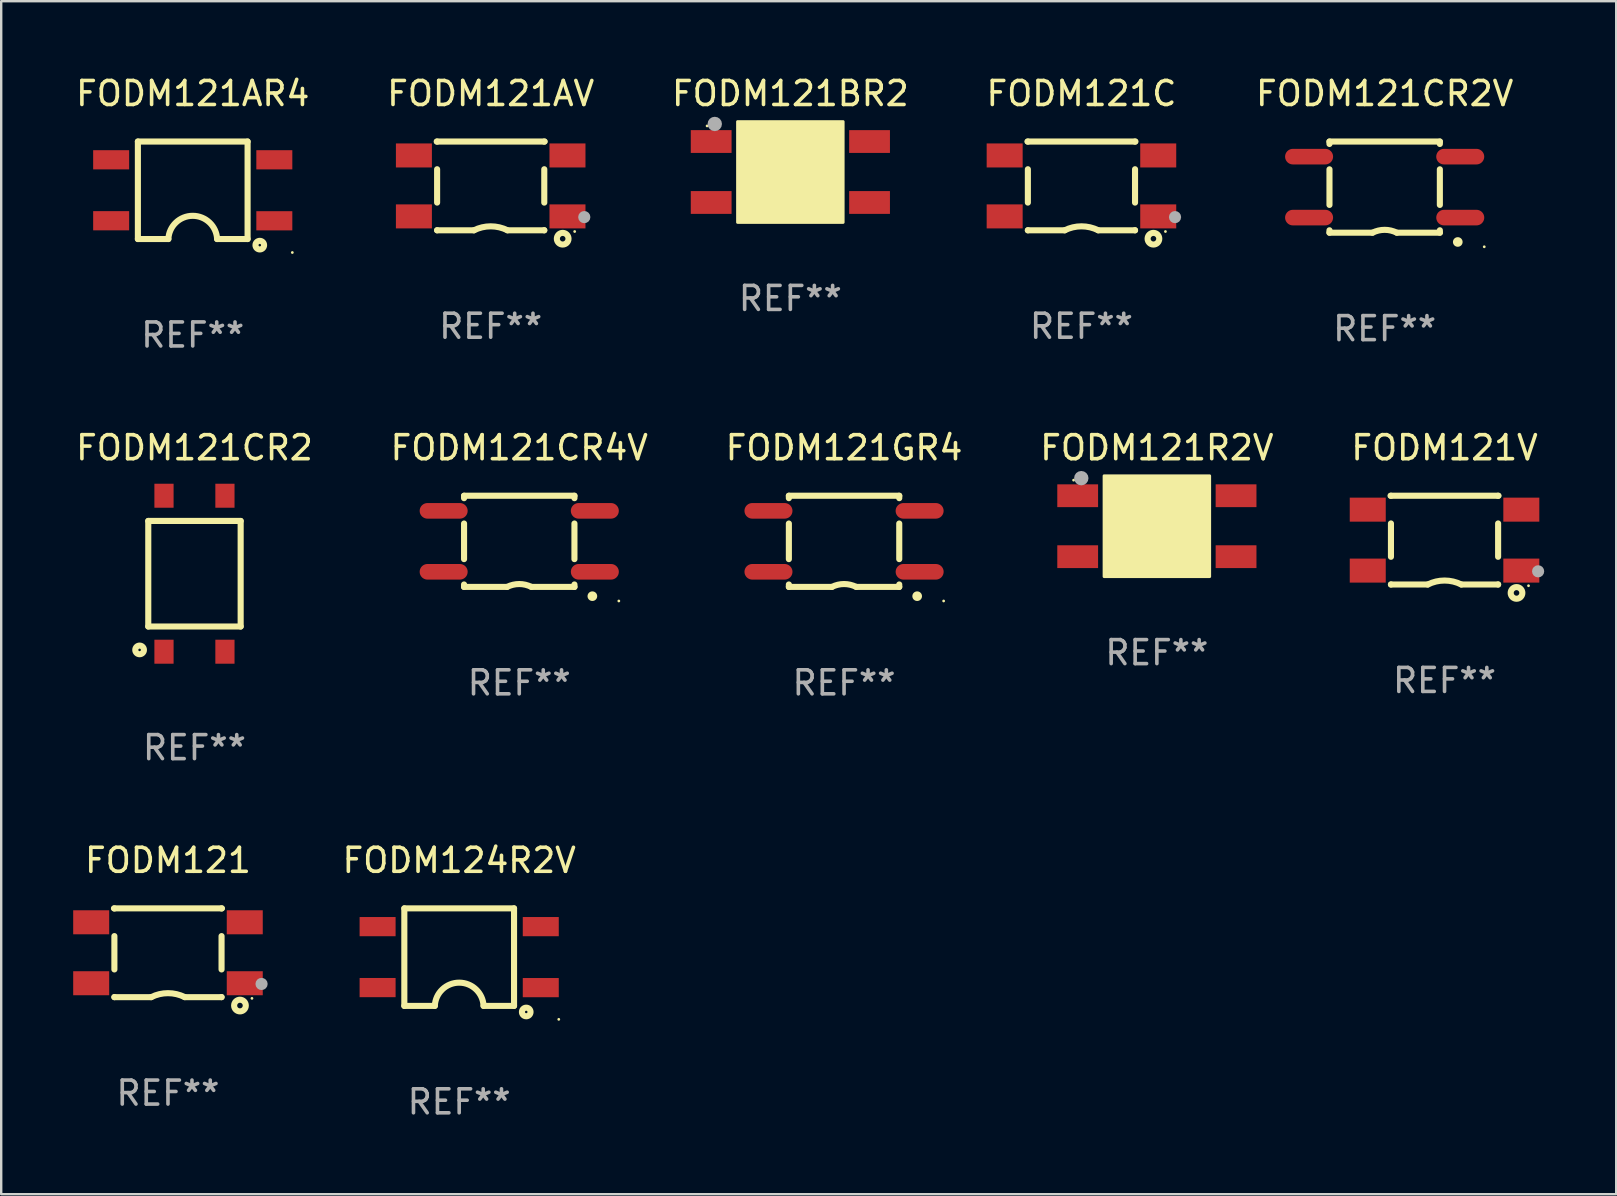
<source format=kicad_pcb>
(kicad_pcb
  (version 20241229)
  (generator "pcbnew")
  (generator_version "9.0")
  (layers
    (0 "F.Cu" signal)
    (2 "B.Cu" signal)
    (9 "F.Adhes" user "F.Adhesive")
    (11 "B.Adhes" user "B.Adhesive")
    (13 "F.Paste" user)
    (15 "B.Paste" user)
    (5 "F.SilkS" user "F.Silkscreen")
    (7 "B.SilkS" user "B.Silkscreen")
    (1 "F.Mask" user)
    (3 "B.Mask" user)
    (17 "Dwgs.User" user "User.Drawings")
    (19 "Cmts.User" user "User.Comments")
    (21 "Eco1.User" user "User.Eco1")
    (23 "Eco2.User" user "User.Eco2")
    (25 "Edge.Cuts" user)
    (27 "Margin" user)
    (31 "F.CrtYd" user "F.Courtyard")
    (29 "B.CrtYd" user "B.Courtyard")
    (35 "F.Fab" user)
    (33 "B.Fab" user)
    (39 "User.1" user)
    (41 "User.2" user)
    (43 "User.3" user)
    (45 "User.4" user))
  (footprint "FODM121CR2"
    (layer "F.Cu")
    (at 5.054 20.859)
    (property "Reference" "FODM121CR2" (at 0 -5.25 0) (layer "F.SilkS") (effects (font (size 1 1) (thickness 0.15))))
    (attr through_hole)
    (fp_line (start -1.925 -2.2) (end -1.925 2.2) (stroke (width 0.254) (type solid)) (layer "F.SilkS"))
    (fp_line (start -1.925 2.2) (end 1.925 2.2) (stroke (width 0.254) (type solid)) (layer "F.SilkS"))
    (fp_line (start 1.925 -2.2) (end -1.925 -2.2) (stroke (width 0.254) (type solid)) (layer "F.SilkS"))
    (fp_line (start 1.925 -2.2) (end 1.925 2.2) (stroke (width 0.254) (type solid)) (layer "F.SilkS"))
    (fp_circle (center -2.286 3.175) (end -2.106 3.175) (stroke (width 0.254) (type solid)) (fill no) (layer "F.SilkS"))
    (fp_text user "REF**" (at 0 7.25 0) (layer "F.Fab") (effects (font (size 1 1) (thickness 0.15))))
    (pad "1" smd rect (at -1.27 3.25 90) (size 1 0.8) (layers "F.Cu" "F.Mask" "F.Paste"))
    (pad "2" smd rect (at 1.27 3.25 90) (size 1 0.8) (layers "F.Cu" "F.Mask" "F.Paste"))
    (pad "3" smd rect (at 1.27 -3.25 90) (size 1 0.8) (layers "F.Cu" "F.Mask" "F.Paste"))
    (pad "4" smd rect (at -1.27 -3.25 90) (size 1 0.8) (layers "F.Cu" "F.Mask" "F.Paste")))
  (footprint "FODM121CR4V"
    (layer "F.Cu")
    (at 18.589 19.509)
    (property "Reference" "FODM121CR4V" (at 0 -3.9 0) (layer "F.SilkS") (effects (font (size 1 1) (thickness 0.15))))
    (attr through_hole)
    (fp_line (start -2.3 -1.9) (end 2.3 -1.9) (stroke (width 0.254) (type solid)) (layer "F.SilkS"))
    (fp_line (start -2.3 -1.798) (end -2.3 -1.9) (stroke (width 0.254) (type solid)) (layer "F.SilkS"))
    (fp_line (start -2.3 0.742) (end -2.3 -0.742) (stroke (width 0.254) (type solid)) (layer "F.SilkS"))
    (fp_line (start -2.3 1.9) (end -2.3 1.798) (stroke (width 0.254) (type solid)) (layer "F.SilkS"))
    (fp_line (start -2.3 1.9) (end -0.508 1.9) (stroke (width 0.254) (type solid)) (layer "F.SilkS"))
    (fp_line (start 2.3 -1.798) (end 2.3 -1.9) (stroke (width 0.254) (type solid)) (layer "F.SilkS"))
    (fp_line (start 2.3 0.742) (end 2.3 -0.742) (stroke (width 0.254) (type solid)) (layer "F.SilkS"))
    (fp_line (start 2.3 1.9) (end 0.508 1.9) (stroke (width 0.254) (type solid)) (layer "F.SilkS"))
    (fp_line (start 2.3 1.9) (end 2.3 1.798) (stroke (width 0.254) (type solid)) (layer "F.SilkS"))
    (fp_arc (start -0.508001 1.899975) (mid -0.000133 1.780049) (end 0.507747 1.899924) (stroke (width 0.254001) (type solid)) (layer "F.SilkS"))
    (fp_arc (start 3.045466 2.286005) (mid 3.046736 2.286) (end 3.048006 2.286005) (stroke (width 0.4) (type solid)) (layer "F.SilkS"))
    (fp_circle (center 4.15 2.486) (end 4.18 2.486) (stroke (width 0.06) (type solid)) (fill no) (layer "F.SilkS"))
    (fp_text user "REF**" (at 0 5.9 0) (layer "F.Fab") (effects (font (size 1 1) (thickness 0.15))))
    (pad "1" smd oval (at 3.15 1.27 270) (size 0.65 2) (layers "F.Cu" "F.Mask" "F.Paste"))
    (pad "2" smd oval (at 3.149 -1.27 270) (size 0.65 2) (layers "F.Cu" "F.Mask" "F.Paste"))
    (pad "3" smd oval (at -3.15 -1.27 270) (size 0.65 2) (layers "F.Cu" "F.Mask" "F.Paste"))
    (pad "4" smd oval (at -3.15 1.27 270) (size 0.65 2) (layers "F.Cu" "F.Mask" "F.Paste")))
  (footprint "FODM121R2V"
    (layer "F.Cu")
    (at 45.161 18.879)
    (property "Reference" "FODM121R2V" (at 0 -3.27 0) (layer "F.SilkS") (effects (font (size 1 1) (thickness 0.15))))
    (attr through_hole)
    (fp_arc (start -1.651003 -1.524003) (mid -1.649733 -1.524007) (end -1.648463 -1.524003) (stroke (width 0.4) (type solid)) (layer "F.SilkS"))
    (fp_circle (center -3.47 -1.92) (end -3.44 -1.92) (stroke (width 0.06) (type solid)) (fill no) (layer "F.SilkS"))
    (fp_poly (pts (xy -2.2 -2.1) (xy 2.2 -2.1) (xy 2.2 2.1) (xy -2.2 2.1)) (stroke (width 0.12) (type solid)) (fill yes) (layer "F.SilkS"))
    (fp_circle (center -3.15 -2.002) (end -3 -2.002) (stroke (width 0.3) (type solid)) (fill no) (layer "F.Fab"))
    (fp_text user "REF**" (at 0 5.27 0) (layer "F.Fab") (effects (font (size 1 1) (thickness 0.15))))
    (pad "1" smd rect (at -3.3 -1.27) (size 1.7 0.95) (layers "F.Cu" "F.Mask" "F.Paste"))
    (pad "2" smd rect (at -3.3 1.27) (size 1.7 0.95) (layers "F.Cu" "F.Mask" "F.Paste"))
    (pad "3" smd rect (at 3.3 1.27) (size 1.7 0.95) (layers "F.Cu" "F.Mask" "F.Paste"))
    (pad "4" smd rect (at 3.3 -1.27) (size 1.7 0.95) (layers "F.Cu" "F.Mask" "F.Paste")))
  (footprint "FODM121CR2V"
    (layer "F.Cu")
    (at 54.654 4.748)
    (property "Reference" "FODM121CR2V" (at 0 -3.9 0) (layer "F.SilkS") (effects (font (size 1 1) (thickness 0.15))))
    (attr through_hole)
    (fp_line (start -2.3 -1.9) (end 2.3 -1.9) (stroke (width 0.254) (type solid)) (layer "F.SilkS"))
    (fp_line (start -2.3 -1.798) (end -2.3 -1.9) (stroke (width 0.254) (type solid)) (layer "F.SilkS"))
    (fp_line (start -2.3 0.742) (end -2.3 -0.742) (stroke (width 0.254) (type solid)) (layer "F.SilkS"))
    (fp_line (start -2.3 1.9) (end -2.3 1.798) (stroke (width 0.254) (type solid)) (layer "F.SilkS"))
    (fp_line (start -2.3 1.9) (end -0.508 1.9) (stroke (width 0.254) (type solid)) (layer "F.SilkS"))
    (fp_line (start 2.3 -1.798) (end 2.3 -1.9) (stroke (width 0.254) (type solid)) (layer "F.SilkS"))
    (fp_line (start 2.3 0.742) (end 2.3 -0.742) (stroke (width 0.254) (type solid)) (layer "F.SilkS"))
    (fp_line (start 2.3 1.9) (end 0.508 1.9) (stroke (width 0.254) (type solid)) (layer "F.SilkS"))
    (fp_line (start 2.3 1.9) (end 2.3 1.798) (stroke (width 0.254) (type solid)) (layer "F.SilkS"))
    (fp_arc (start -0.508001 1.899975) (mid -0.000133 1.780049) (end 0.507747 1.899924) (stroke (width 0.254001) (type solid)) (layer "F.SilkS"))
    (fp_arc (start 3.045466 2.286005) (mid 3.046736 2.286) (end 3.048006 2.286005) (stroke (width 0.4) (type solid)) (layer "F.SilkS"))
    (fp_circle (center 4.15 2.486) (end 4.18 2.486) (stroke (width 0.06) (type solid)) (fill no) (layer "F.SilkS"))
    (fp_text user "REF**" (at 0 5.9 0) (layer "F.Fab") (effects (font (size 1 1) (thickness 0.15))))
    (pad "1" smd oval (at 3.15 1.27 270) (size 0.65 2) (layers "F.Cu" "F.Mask" "F.Paste"))
    (pad "2" smd oval (at 3.149 -1.27 270) (size 0.65 2) (layers "F.Cu" "F.Mask" "F.Paste"))
    (pad "3" smd oval (at -3.15 -1.27 270) (size 0.65 2) (layers "F.Cu" "F.Mask" "F.Paste"))
    (pad "4" smd oval (at -3.15 1.27 270) (size 0.65 2) (layers "F.Cu" "F.Mask" "F.Paste")))
  (footprint "FODM121V"
    (layer "F.Cu")
    (at 57.149 19.459)
    (property "Reference" "FODM121V" (at 0 -3.85 0) (layer "F.SilkS") (effects (font (size 1 1) (thickness 0.15))))
    (attr through_hole)
    (fp_line (start -2.25 -1.85) (end 2.25 -1.85) (stroke (width 0.254) (type solid)) (layer "F.SilkS"))
    (fp_line (start -2.233 -1.845) (end -2.233 -1.85) (stroke (width 0.254) (type solid)) (layer "F.SilkS"))
    (fp_line (start -2.233 0.695) (end -2.233 -0.695) (stroke (width 0.254) (type solid)) (layer "F.SilkS"))
    (fp_line (start -2.233 1.85) (end -2.233 1.845) (stroke (width 0.254) (type solid)) (layer "F.SilkS"))
    (fp_line (start -2.233 1.85) (end -0.7 1.85) (stroke (width 0.254) (type solid)) (layer "F.SilkS"))
    (fp_line (start 2.233 -1.845) (end 2.233 -1.85) (stroke (width 0.254) (type solid)) (layer "F.SilkS"))
    (fp_line (start 2.233 0.695) (end 2.233 -0.695) (stroke (width 0.254) (type solid)) (layer "F.SilkS"))
    (fp_line (start 2.233 1.85) (end 0.7 1.85) (stroke (width 0.254) (type solid)) (layer "F.SilkS"))
    (fp_line (start 2.233 1.85) (end 2.233 1.845) (stroke (width 0.254) (type solid)) (layer "F.SilkS"))
    (fp_arc (start -0.7 1.850013) (mid 0.000258 1.683921) (end 0.700787 1.84887) (stroke (width 0.254001) (type solid)) (layer "F.SilkS"))
    (fp_circle (center 3 2.2) (end 3.116 2.2) (stroke (width 0.254) (type solid)) (fill no) (layer "F.SilkS"))
    (fp_circle (center 3.5 1.9) (end 3.53 1.9) (stroke (width 0.06) (type solid)) (fill no) (layer "F.SilkS"))
    (fp_circle (center 3.9 1.3) (end 4.027 1.3) (stroke (width 0.254) (type solid)) (fill no) (layer "F.Fab"))
    (fp_text user "REF**" (at 0 5.85 0) (layer "F.Fab") (effects (font (size 1 1) (thickness 0.15))))
    (pad "1" smd rect (at 3.2 1.27 180) (size 1.5 1.001) (layers "F.Cu" "F.Mask" "F.Paste"))
    (pad "2" smd rect (at 3.2 -1.27 180) (size 1.5 1.001) (layers "F.Cu" "F.Mask" "F.Paste"))
    (pad "3" smd rect (at -3.2 -1.27 180) (size 1.5 1.001) (layers "F.Cu" "F.Mask" "F.Paste"))
    (pad "4" smd rect (at -3.2 1.27 180) (size 1.5 1.001) (layers "F.Cu" "F.Mask" "F.Paste")))
  (footprint "FODM124R2V"
    (layer "F.Cu")
    (at 16.086 36.837)
    (property "Reference" "FODM124R2V" (at 0 -4.032 0) (layer "F.SilkS") (effects (font (size 1 1) (thickness 0.15))))
    (attr through_hole)
    (fp_line (start -2.286 -2.032) (end -2.286 2.032) (stroke (width 0.254) (type solid)) (layer "F.SilkS"))
    (fp_line (start -2.286 2.032) (end -1.016 2.032) (stroke (width 0.254) (type solid)) (layer "F.SilkS"))
    (fp_line (start 2.286 -2.032) (end -2.286 -2.032) (stroke (width 0.254) (type solid)) (layer "F.SilkS"))
    (fp_line (start 2.286 2.032) (end 1.016 2.032) (stroke (width 0.254) (type solid)) (layer "F.SilkS"))
    (fp_line (start 2.286 2.032) (end 2.286 -2.032) (stroke (width 0.254) (type solid)) (layer "F.SilkS"))
    (fp_arc (start -1.015825 2.030912) (mid 0.000609 1.063506) (end 1.016002 2.032004) (stroke (width 0.254001) (type solid)) (layer "F.SilkS"))
    (fp_circle (center 2.794 2.286) (end 2.973 2.286) (stroke (width 0.254) (type solid)) (fill no) (layer "F.SilkS"))
    (fp_circle (center 4.15 2.593) (end 4.18 2.593) (stroke (width 0.06) (type solid)) (fill no) (layer "F.SilkS"))
    (fp_text user "REF**" (at 0 6.032 0) (layer "F.Fab") (effects (font (size 1 1) (thickness 0.15))))
    (pad "1" smd rect (at 3.4 1.271 180) (size 1.5 0.8) (layers "F.Cu" "F.Mask" "F.Paste"))
    (pad "2" smd rect (at 3.4 -1.271 180) (size 1.5 0.8) (layers "F.Cu" "F.Mask" "F.Paste"))
    (pad "3" smd rect (at -3.4 -1.271 180) (size 1.5 0.8) (layers "F.Cu" "F.Mask" "F.Paste"))
    (pad "4" smd rect (at -3.4 1.269 180) (size 1.5 0.8) (layers "F.Cu" "F.Mask" "F.Paste")))
  (footprint "FODM121BR2"
    (layer "F.Cu")
    (at 29.887 4.118)
    (property "Reference" "FODM121BR2" (at 0 -3.27 0) (layer "F.SilkS") (effects (font (size 1 1) (thickness 0.15))))
    (attr through_hole)
    (fp_arc (start -1.651003 -1.524003) (mid -1.649733 -1.524007) (end -1.648463 -1.524003) (stroke (width 0.4) (type solid)) (layer "F.SilkS"))
    (fp_circle (center -3.47 -1.92) (end -3.44 -1.92) (stroke (width 0.06) (type solid)) (fill no) (layer "F.SilkS"))
    (fp_poly (pts (xy -2.2 -2.1) (xy 2.2 -2.1) (xy 2.2 2.1) (xy -2.2 2.1)) (stroke (width 0.12) (type solid)) (fill yes) (layer "F.SilkS"))
    (fp_circle (center -3.15 -2.002) (end -3 -2.002) (stroke (width 0.3) (type solid)) (fill no) (layer "F.Fab"))
    (fp_text user "REF**" (at 0 5.27 0) (layer "F.Fab") (effects (font (size 1 1) (thickness 0.15))))
    (pad "1" smd rect (at -3.3 -1.27) (size 1.7 0.95) (layers "F.Cu" "F.Mask" "F.Paste"))
    (pad "2" smd rect (at -3.3 1.27) (size 1.7 0.95) (layers "F.Cu" "F.Mask" "F.Paste"))
    (pad "3" smd rect (at 3.3 1.27) (size 1.7 0.95) (layers "F.Cu" "F.Mask" "F.Paste"))
    (pad "4" smd rect (at 3.3 -1.27) (size 1.7 0.95) (layers "F.Cu" "F.Mask" "F.Paste")))
  (footprint "FODM121GR4"
    (layer "F.Cu")
    (at 32.125 19.509)
    (property "Reference" "FODM121GR4" (at 0 -3.9 0) (layer "F.SilkS") (effects (font (size 1 1) (thickness 0.15))))
    (attr through_hole)
    (fp_line (start -2.3 -1.9) (end 2.3 -1.9) (stroke (width 0.254) (type solid)) (layer "F.SilkS"))
    (fp_line (start -2.3 -1.798) (end -2.3 -1.9) (stroke (width 0.254) (type solid)) (layer "F.SilkS"))
    (fp_line (start -2.3 0.742) (end -2.3 -0.742) (stroke (width 0.254) (type solid)) (layer "F.SilkS"))
    (fp_line (start -2.3 1.9) (end -2.3 1.798) (stroke (width 0.254) (type solid)) (layer "F.SilkS"))
    (fp_line (start -2.3 1.9) (end -0.508 1.9) (stroke (width 0.254) (type solid)) (layer "F.SilkS"))
    (fp_line (start 2.3 -1.798) (end 2.3 -1.9) (stroke (width 0.254) (type solid)) (layer "F.SilkS"))
    (fp_line (start 2.3 0.742) (end 2.3 -0.742) (stroke (width 0.254) (type solid)) (layer "F.SilkS"))
    (fp_line (start 2.3 1.9) (end 0.508 1.9) (stroke (width 0.254) (type solid)) (layer "F.SilkS"))
    (fp_line (start 2.3 1.9) (end 2.3 1.798) (stroke (width 0.254) (type solid)) (layer "F.SilkS"))
    (fp_arc (start -0.508001 1.899975) (mid -0.000133 1.780049) (end 0.507747 1.899924) (stroke (width 0.254001) (type solid)) (layer "F.SilkS"))
    (fp_arc (start 3.045466 2.286005) (mid 3.046736 2.286) (end 3.048006 2.286005) (stroke (width 0.4) (type solid)) (layer "F.SilkS"))
    (fp_circle (center 4.15 2.486) (end 4.18 2.486) (stroke (width 0.06) (type solid)) (fill no) (layer "F.SilkS"))
    (fp_text user "REF**" (at 0 5.9 0) (layer "F.Fab") (effects (font (size 1 1) (thickness 0.15))))
    (pad "1" smd oval (at 3.15 1.27 270) (size 0.65 2) (layers "F.Cu" "F.Mask" "F.Paste"))
    (pad "2" smd oval (at 3.149 -1.27 270) (size 0.65 2) (layers "F.Cu" "F.Mask" "F.Paste"))
    (pad "3" smd oval (at -3.15 -1.27 270) (size 0.65 2) (layers "F.Cu" "F.Mask" "F.Paste"))
    (pad "4" smd oval (at -3.15 1.27 270) (size 0.65 2) (layers "F.Cu" "F.Mask" "F.Paste")))
  (footprint "FODM121AV"
    (layer "F.Cu")
    (at 17.399 4.698)
    (property "Reference" "FODM121AV" (at 0 -3.85 0) (layer "F.SilkS") (effects (font (size 1 1) (thickness 0.15))))
    (attr through_hole)
    (fp_line (start -2.25 -1.85) (end 2.25 -1.85) (stroke (width 0.254) (type solid)) (layer "F.SilkS"))
    (fp_line (start -2.233 -1.845) (end -2.233 -1.85) (stroke (width 0.254) (type solid)) (layer "F.SilkS"))
    (fp_line (start -2.233 0.695) (end -2.233 -0.695) (stroke (width 0.254) (type solid)) (layer "F.SilkS"))
    (fp_line (start -2.233 1.85) (end -2.233 1.845) (stroke (width 0.254) (type solid)) (layer "F.SilkS"))
    (fp_line (start -2.233 1.85) (end -0.7 1.85) (stroke (width 0.254) (type solid)) (layer "F.SilkS"))
    (fp_line (start 2.233 -1.845) (end 2.233 -1.85) (stroke (width 0.254) (type solid)) (layer "F.SilkS"))
    (fp_line (start 2.233 0.695) (end 2.233 -0.695) (stroke (width 0.254) (type solid)) (layer "F.SilkS"))
    (fp_line (start 2.233 1.85) (end 0.7 1.85) (stroke (width 0.254) (type solid)) (layer "F.SilkS"))
    (fp_line (start 2.233 1.85) (end 2.233 1.845) (stroke (width 0.254) (type solid)) (layer "F.SilkS"))
    (fp_arc (start -0.7 1.850013) (mid 0.000258 1.683921) (end 0.700787 1.84887) (stroke (width 0.254001) (type solid)) (layer "F.SilkS"))
    (fp_circle (center 3 2.2) (end 3.116 2.2) (stroke (width 0.254) (type solid)) (fill no) (layer "F.SilkS"))
    (fp_circle (center 3.5 1.9) (end 3.53 1.9) (stroke (width 0.06) (type solid)) (fill no) (layer "F.SilkS"))
    (fp_circle (center 3.9 1.3) (end 4.027 1.3) (stroke (width 0.254) (type solid)) (fill no) (layer "F.Fab"))
    (fp_text user "REF**" (at 0 5.85 0) (layer "F.Fab") (effects (font (size 1 1) (thickness 0.15))))
    (pad "1" smd rect (at 3.2 1.27 180) (size 1.5 1.001) (layers "F.Cu" "F.Mask" "F.Paste"))
    (pad "2" smd rect (at 3.2 -1.27 180) (size 1.5 1.001) (layers "F.Cu" "F.Mask" "F.Paste"))
    (pad "3" smd rect (at -3.2 -1.27 180) (size 1.5 1.001) (layers "F.Cu" "F.Mask" "F.Paste"))
    (pad "4" smd rect (at -3.2 1.27 180) (size 1.5 1.001) (layers "F.Cu" "F.Mask" "F.Paste")))
  (footprint "FODM121"
    (layer "F.Cu")
    (at 3.95 36.655)
    (property "Reference" "FODM121" (at 0 -3.85 0) (layer "F.SilkS") (effects (font (size 1 1) (thickness 0.15))))
    (attr through_hole)
    (fp_line (start -2.25 -1.85) (end 2.25 -1.85) (stroke (width 0.254) (type solid)) (layer "F.SilkS"))
    (fp_line (start -2.233 -1.845) (end -2.233 -1.85) (stroke (width 0.254) (type solid)) (layer "F.SilkS"))
    (fp_line (start -2.233 0.695) (end -2.233 -0.695) (stroke (width 0.254) (type solid)) (layer "F.SilkS"))
    (fp_line (start -2.233 1.85) (end -2.233 1.845) (stroke (width 0.254) (type solid)) (layer "F.SilkS"))
    (fp_line (start -2.233 1.85) (end -0.7 1.85) (stroke (width 0.254) (type solid)) (layer "F.SilkS"))
    (fp_line (start 2.233 -1.845) (end 2.233 -1.85) (stroke (width 0.254) (type solid)) (layer "F.SilkS"))
    (fp_line (start 2.233 0.695) (end 2.233 -0.695) (stroke (width 0.254) (type solid)) (layer "F.SilkS"))
    (fp_line (start 2.233 1.85) (end 0.7 1.85) (stroke (width 0.254) (type solid)) (layer "F.SilkS"))
    (fp_line (start 2.233 1.85) (end 2.233 1.845) (stroke (width 0.254) (type solid)) (layer "F.SilkS"))
    (fp_arc (start -0.700076 1.850013) (mid 0.000182 1.683921) (end 0.700711 1.84887) (stroke (width 0.254001) (type solid)) (layer "F.SilkS"))
    (fp_circle (center 3 2.2) (end 3.116 2.2) (stroke (width 0.254) (type solid)) (fill no) (layer "F.SilkS"))
    (fp_circle (center 3.5 1.9) (end 3.53 1.9) (stroke (width 0.06) (type solid)) (fill no) (layer "F.SilkS"))
    (fp_circle (center 3.9 1.3) (end 4.027 1.3) (stroke (width 0.254) (type solid)) (fill no) (layer "F.Fab"))
    (fp_text user "REF**" (at 0 5.85 0) (layer "F.Fab") (effects (font (size 1 1) (thickness 0.15))))
    (pad "1" smd rect (at 3.2 1.27 180) (size 1.5 1.001) (layers "F.Cu" "F.Mask" "F.Paste"))
    (pad "2" smd rect (at 3.2 -1.27 180) (size 1.5 1.001) (layers "F.Cu" "F.Mask" "F.Paste"))
    (pad "3" smd rect (at -3.2 -1.27 180) (size 1.5 1.001) (layers "F.Cu" "F.Mask" "F.Paste"))
    (pad "4" smd rect (at -3.2 1.27 180) (size 1.5 1.001) (layers "F.Cu" "F.Mask" "F.Paste")))
  (footprint "FODM121C"
    (layer "F.Cu")
    (at 42.018 4.698)
    (property "Reference" "FODM121C" (at 0 -3.85 0) (layer "F.SilkS") (effects (font (size 1 1) (thickness 0.15))))
    (attr through_hole)
    (fp_line (start -2.25 -1.85) (end 2.25 -1.85) (stroke (width 0.254) (type solid)) (layer "F.SilkS"))
    (fp_line (start -2.233 -1.845) (end -2.233 -1.85) (stroke (width 0.254) (type solid)) (layer "F.SilkS"))
    (fp_line (start -2.233 0.695) (end -2.233 -0.695) (stroke (width 0.254) (type solid)) (layer "F.SilkS"))
    (fp_line (start -2.233 1.85) (end -2.233 1.845) (stroke (width 0.254) (type solid)) (layer "F.SilkS"))
    (fp_line (start -2.233 1.85) (end -0.7 1.85) (stroke (width 0.254) (type solid)) (layer "F.SilkS"))
    (fp_line (start 2.233 -1.845) (end 2.233 -1.85) (stroke (width 0.254) (type solid)) (layer "F.SilkS"))
    (fp_line (start 2.233 0.695) (end 2.233 -0.695) (stroke (width 0.254) (type solid)) (layer "F.SilkS"))
    (fp_line (start 2.233 1.85) (end 0.7 1.85) (stroke (width 0.254) (type solid)) (layer "F.SilkS"))
    (fp_line (start 2.233 1.85) (end 2.233 1.845) (stroke (width 0.254) (type solid)) (layer "F.SilkS"))
    (fp_arc (start -0.7 1.850013) (mid 0.000258 1.683921) (end 0.700787 1.84887) (stroke (width 0.254001) (type solid)) (layer "F.SilkS"))
    (fp_circle (center 3 2.2) (end 3.116 2.2) (stroke (width 0.254) (type solid)) (fill no) (layer "F.SilkS"))
    (fp_circle (center 3.5 1.9) (end 3.53 1.9) (stroke (width 0.06) (type solid)) (fill no) (layer "F.SilkS"))
    (fp_circle (center 3.9 1.3) (end 4.027 1.3) (stroke (width 0.254) (type solid)) (fill no) (layer "F.Fab"))
    (fp_text user "REF**" (at 0 5.85 0) (layer "F.Fab") (effects (font (size 1 1) (thickness 0.15))))
    (pad "1" smd rect (at 3.2 1.27 180) (size 1.5 1.001) (layers "F.Cu" "F.Mask" "F.Paste"))
    (pad "2" smd rect (at 3.2 -1.27 180) (size 1.5 1.001) (layers "F.Cu" "F.Mask" "F.Paste"))
    (pad "3" smd rect (at -3.2 -1.27 180) (size 1.5 1.001) (layers "F.Cu" "F.Mask" "F.Paste"))
    (pad "4" smd rect (at -3.2 1.27 180) (size 1.5 1.001) (layers "F.Cu" "F.Mask" "F.Paste")))
  (footprint "FODM121AR4"
    (layer "F.Cu")
    (at 4.982 4.88)
    (property "Reference" "FODM121AR4" (at 0 -4.032 0) (layer "F.SilkS") (effects (font (size 1 1) (thickness 0.15))))
    (attr through_hole)
    (fp_line (start -2.286 -2.032) (end -2.286 2.032) (stroke (width 0.254) (type solid)) (layer "F.SilkS"))
    (fp_line (start -2.286 2.032) (end -1.016 2.032) (stroke (width 0.254) (type solid)) (layer "F.SilkS"))
    (fp_line (start 2.286 -2.032) (end -2.286 -2.032) (stroke (width 0.254) (type solid)) (layer "F.SilkS"))
    (fp_line (start 2.286 2.032) (end 1.016 2.032) (stroke (width 0.254) (type solid)) (layer "F.SilkS"))
    (fp_line (start 2.286 2.032) (end 2.286 -2.032) (stroke (width 0.254) (type solid)) (layer "F.SilkS"))
    (fp_arc (start -1.015825 2.030912) (mid 0.000609 1.063506) (end 1.016002 2.032004) (stroke (width 0.254001) (type solid)) (layer "F.SilkS"))
    (fp_circle (center 2.794 2.286) (end 2.973 2.286) (stroke (width 0.254) (type solid)) (fill no) (layer "F.SilkS"))
    (fp_circle (center 4.15 2.593) (end 4.18 2.593) (stroke (width 0.06) (type solid)) (fill no) (layer "F.SilkS"))
    (fp_text user "REF**" (at 0 6.032 0) (layer "F.Fab") (effects (font (size 1 1) (thickness 0.15))))
    (pad "1" smd rect (at 3.4 1.271 180) (size 1.5 0.8) (layers "F.Cu" "F.Mask" "F.Paste"))
    (pad "2" smd rect (at 3.4 -1.271 180) (size 1.5 0.8) (layers "F.Cu" "F.Mask" "F.Paste"))
    (pad "3" smd rect (at -3.4 -1.271 180) (size 1.5 0.8) (layers "F.Cu" "F.Mask" "F.Paste"))
    (pad "4" smd rect (at -3.4 1.269 180) (size 1.5 0.8) (layers "F.Cu" "F.Mask" "F.Paste")))
  (gr_rect
    (start -3 -3)
    (end 64.303 46.717)
    (stroke (width 0.1) (type default))
    (fill no)
    (layer "Edge.Cuts")))
</source>
